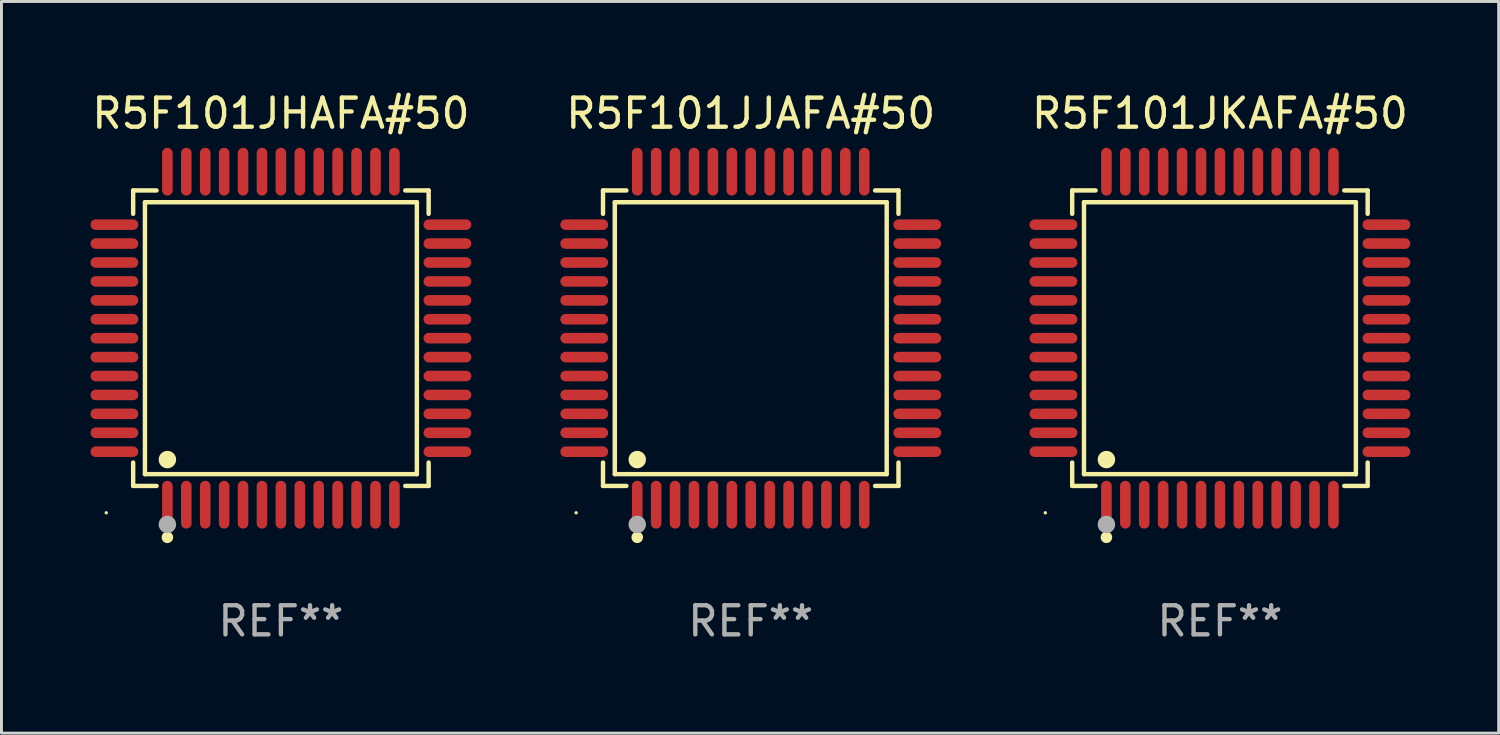
<source format=kicad_pcb>
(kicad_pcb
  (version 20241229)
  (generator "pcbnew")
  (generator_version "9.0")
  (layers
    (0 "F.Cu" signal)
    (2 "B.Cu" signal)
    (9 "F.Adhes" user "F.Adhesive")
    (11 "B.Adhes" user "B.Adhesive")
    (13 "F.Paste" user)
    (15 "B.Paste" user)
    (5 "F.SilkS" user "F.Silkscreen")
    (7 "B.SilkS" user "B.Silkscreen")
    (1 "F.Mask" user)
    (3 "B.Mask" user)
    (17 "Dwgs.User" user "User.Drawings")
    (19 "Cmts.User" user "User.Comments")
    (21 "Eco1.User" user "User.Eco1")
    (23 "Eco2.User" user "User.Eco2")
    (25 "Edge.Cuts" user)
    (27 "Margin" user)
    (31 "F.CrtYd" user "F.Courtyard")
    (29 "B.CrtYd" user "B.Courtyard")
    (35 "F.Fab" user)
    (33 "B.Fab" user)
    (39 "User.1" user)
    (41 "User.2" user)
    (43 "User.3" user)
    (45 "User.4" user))
  (footprint "R5F101JKAFA#50"
    (layer "F.Cu")
    (at 38.864 8.569)
    (property "Reference" "R5F101JKAFA#50" (at 0 -7.721 0) (layer "F.SilkS") (effects (font (size 1 1) (thickness 0.15))))
    (attr through_hole)
    (fp_line (start -5.076 -5.076) (end -4.273 -5.076) (stroke (width 0.152) (type solid)) (layer "F.SilkS"))
    (fp_line (start -5.076 -4.273) (end -5.076 -5.076) (stroke (width 0.152) (type solid)) (layer "F.SilkS"))
    (fp_line (start -5.076 4.273) (end -5.076 5.076) (stroke (width 0.152) (type solid)) (layer "F.SilkS"))
    (fp_line (start -5.076 5.076) (end -4.273 5.076) (stroke (width 0.152) (type solid)) (layer "F.SilkS"))
    (fp_line (start -4.671 -4.671) (end 4.671 -4.671) (stroke (width 0.152) (type solid)) (layer "F.SilkS"))
    (fp_line (start -4.671 4.671) (end -4.671 -4.671) (stroke (width 0.152) (type solid)) (layer "F.SilkS"))
    (fp_line (start 4.671 -4.671) (end 4.671 4.671) (stroke (width 0.152) (type solid)) (layer "F.SilkS"))
    (fp_line (start 4.671 4.671) (end -4.671 4.671) (stroke (width 0.152) (type solid)) (layer "F.SilkS"))
    (fp_line (start 5.076 -5.076) (end 4.273 -5.076) (stroke (width 0.152) (type solid)) (layer "F.SilkS"))
    (fp_line (start 5.076 -4.273) (end 5.076 -5.076) (stroke (width 0.152) (type solid)) (layer "F.SilkS"))
    (fp_line (start 5.076 4.273) (end 5.076 5.076) (stroke (width 0.152) (type solid)) (layer "F.SilkS"))
    (fp_line (start 5.076 5.076) (end 4.273 5.076) (stroke (width 0.152) (type solid)) (layer "F.SilkS"))
    (fp_circle (center -6 6) (end -5.97 6) (stroke (width 0.06) (type solid)) (fill no) (layer "F.SilkS"))
    (fp_circle (center -3.9 4.171) (end -3.75 4.171) (stroke (width 0.3) (type solid)) (fill no) (layer "F.SilkS"))
    (fp_circle (center -3.9 6.842) (end -3.8 6.842) (stroke (width 0.2) (type solid)) (fill no) (layer "F.SilkS"))
    (fp_circle (center -3.9 6.4) (end -3.75 6.4) (stroke (width 0.3) (type solid)) (fill no) (layer "F.Fab"))
    (fp_text user "REF**" (at 0 9.721 0) (layer "F.Fab") (effects (font (size 1 1) (thickness 0.15))))
    (pad "1" smd oval (at -3.9 5.721) (size 0.364 1.642) (layers "F.Cu" "F.Mask" "F.Paste"))
    (pad "2" smd oval (at -3.25 5.721) (size 0.364 1.642) (layers "F.Cu" "F.Mask" "F.Paste"))
    (pad "3" smd oval (at -2.6 5.721) (size 0.364 1.642) (layers "F.Cu" "F.Mask" "F.Paste"))
    (pad "4" smd oval (at -1.95 5.721) (size 0.364 1.642) (layers "F.Cu" "F.Mask" "F.Paste"))
    (pad "5" smd oval (at -1.3 5.721) (size 0.364 1.642) (layers "F.Cu" "F.Mask" "F.Paste"))
    (pad "6" smd oval (at -0.65 5.721) (size 0.364 1.642) (layers "F.Cu" "F.Mask" "F.Paste"))
    (pad "7" smd oval (at 0 5.721) (size 0.364 1.642) (layers "F.Cu" "F.Mask" "F.Paste"))
    (pad "8" smd oval (at 0.65 5.721) (size 0.364 1.642) (layers "F.Cu" "F.Mask" "F.Paste"))
    (pad "9" smd oval (at 1.3 5.721) (size 0.364 1.642) (layers "F.Cu" "F.Mask" "F.Paste"))
    (pad "10" smd oval (at 1.95 5.721) (size 0.364 1.642) (layers "F.Cu" "F.Mask" "F.Paste"))
    (pad "11" smd oval (at 2.6 5.721) (size 0.364 1.642) (layers "F.Cu" "F.Mask" "F.Paste"))
    (pad "12" smd oval (at 3.25 5.721) (size 0.364 1.642) (layers "F.Cu" "F.Mask" "F.Paste"))
    (pad "13" smd oval (at 3.9 5.721) (size 0.364 1.642) (layers "F.Cu" "F.Mask" "F.Paste"))
    (pad "14" smd oval (at 5.721 3.9) (size 1.642 0.364) (layers "F.Cu" "F.Mask" "F.Paste"))
    (pad "15" smd oval (at 5.721 3.25) (size 1.642 0.364) (layers "F.Cu" "F.Mask" "F.Paste"))
    (pad "16" smd oval (at 5.721 2.6) (size 1.642 0.364) (layers "F.Cu" "F.Mask" "F.Paste"))
    (pad "17" smd oval (at 5.721 1.95) (size 1.642 0.364) (layers "F.Cu" "F.Mask" "F.Paste"))
    (pad "18" smd oval (at 5.721 1.3) (size 1.642 0.364) (layers "F.Cu" "F.Mask" "F.Paste"))
    (pad "19" smd oval (at 5.721 0.65) (size 1.642 0.364) (layers "F.Cu" "F.Mask" "F.Paste"))
    (pad "20" smd oval (at 5.721 0) (size 1.642 0.364) (layers "F.Cu" "F.Mask" "F.Paste"))
    (pad "21" smd oval (at 5.721 -0.65) (size 1.642 0.364) (layers "F.Cu" "F.Mask" "F.Paste"))
    (pad "22" smd oval (at 5.721 -1.3) (size 1.642 0.364) (layers "F.Cu" "F.Mask" "F.Paste"))
    (pad "23" smd oval (at 5.721 -1.95) (size 1.642 0.364) (layers "F.Cu" "F.Mask" "F.Paste"))
    (pad "24" smd oval (at 5.721 -2.6) (size 1.642 0.364) (layers "F.Cu" "F.Mask" "F.Paste"))
    (pad "25" smd oval (at 5.721 -3.25) (size 1.642 0.364) (layers "F.Cu" "F.Mask" "F.Paste"))
    (pad "26" smd oval (at 5.721 -3.9) (size 1.642 0.364) (layers "F.Cu" "F.Mask" "F.Paste"))
    (pad "27" smd oval (at 3.9 -5.721) (size 0.364 1.642) (layers "F.Cu" "F.Mask" "F.Paste"))
    (pad "28" smd oval (at 3.25 -5.721) (size 0.364 1.642) (layers "F.Cu" "F.Mask" "F.Paste"))
    (pad "29" smd oval (at 2.6 -5.721) (size 0.364 1.642) (layers "F.Cu" "F.Mask" "F.Paste"))
    (pad "30" smd oval (at 1.95 -5.721) (size 0.364 1.642) (layers "F.Cu" "F.Mask" "F.Paste"))
    (pad "31" smd oval (at 1.3 -5.721) (size 0.364 1.642) (layers "F.Cu" "F.Mask" "F.Paste"))
    (pad "32" smd oval (at 0.65 -5.721) (size 0.364 1.642) (layers "F.Cu" "F.Mask" "F.Paste"))
    (pad "33" smd oval (at 0 -5.721) (size 0.364 1.642) (layers "F.Cu" "F.Mask" "F.Paste"))
    (pad "34" smd oval (at -0.65 -5.721) (size 0.364 1.642) (layers "F.Cu" "F.Mask" "F.Paste"))
    (pad "35" smd oval (at -1.3 -5.721) (size 0.364 1.642) (layers "F.Cu" "F.Mask" "F.Paste"))
    (pad "36" smd oval (at -1.95 -5.721) (size 0.364 1.642) (layers "F.Cu" "F.Mask" "F.Paste"))
    (pad "37" smd oval (at -2.6 -5.721) (size 0.364 1.642) (layers "F.Cu" "F.Mask" "F.Paste"))
    (pad "38" smd oval (at -3.25 -5.721) (size 0.364 1.642) (layers "F.Cu" "F.Mask" "F.Paste"))
    (pad "39" smd oval (at -3.9 -5.721) (size 0.364 1.642) (layers "F.Cu" "F.Mask" "F.Paste"))
    (pad "40" smd oval (at -5.721 -3.9) (size 1.642 0.364) (layers "F.Cu" "F.Mask" "F.Paste"))
    (pad "41" smd oval (at -5.721 -3.25) (size 1.642 0.364) (layers "F.Cu" "F.Mask" "F.Paste"))
    (pad "42" smd oval (at -5.721 -2.6) (size 1.642 0.364) (layers "F.Cu" "F.Mask" "F.Paste"))
    (pad "43" smd oval (at -5.721 -1.95) (size 1.642 0.364) (layers "F.Cu" "F.Mask" "F.Paste"))
    (pad "44" smd oval (at -5.721 -1.3) (size 1.642 0.364) (layers "F.Cu" "F.Mask" "F.Paste"))
    (pad "45" smd oval (at -5.721 -0.65) (size 1.642 0.364) (layers "F.Cu" "F.Mask" "F.Paste"))
    (pad "46" smd oval (at -5.721 0) (size 1.642 0.364) (layers "F.Cu" "F.Mask" "F.Paste"))
    (pad "47" smd oval (at -5.721 0.65) (size 1.642 0.364) (layers "F.Cu" "F.Mask" "F.Paste"))
    (pad "48" smd oval (at -5.721 1.3) (size 1.642 0.364) (layers "F.Cu" "F.Mask" "F.Paste"))
    (pad "49" smd oval (at -5.721 1.95) (size 1.642 0.364) (layers "F.Cu" "F.Mask" "F.Paste"))
    (pad "50" smd oval (at -5.721 2.6) (size 1.642 0.364) (layers "F.Cu" "F.Mask" "F.Paste"))
    (pad "51" smd oval (at -5.721 3.25) (size 1.642 0.364) (layers "F.Cu" "F.Mask" "F.Paste"))
    (pad "52" smd oval (at -5.721 3.9) (size 1.642 0.364) (layers "F.Cu" "F.Mask" "F.Paste")))
  (footprint "R5F101JJAFA#50"
    (layer "F.Cu")
    (at 22.744 8.569)
    (property "Reference" "R5F101JJAFA#50" (at 0 -7.721 0) (layer "F.SilkS") (effects (font (size 1 1) (thickness 0.15))))
    (attr through_hole)
    (fp_line (start -5.076 -5.076) (end -4.273 -5.076) (stroke (width 0.152) (type solid)) (layer "F.SilkS"))
    (fp_line (start -5.076 -4.273) (end -5.076 -5.076) (stroke (width 0.152) (type solid)) (layer "F.SilkS"))
    (fp_line (start -5.076 4.273) (end -5.076 5.076) (stroke (width 0.152) (type solid)) (layer "F.SilkS"))
    (fp_line (start -5.076 5.076) (end -4.273 5.076) (stroke (width 0.152) (type solid)) (layer "F.SilkS"))
    (fp_line (start -4.671 -4.671) (end 4.671 -4.671) (stroke (width 0.152) (type solid)) (layer "F.SilkS"))
    (fp_line (start -4.671 4.671) (end -4.671 -4.671) (stroke (width 0.152) (type solid)) (layer "F.SilkS"))
    (fp_line (start 4.671 -4.671) (end 4.671 4.671) (stroke (width 0.152) (type solid)) (layer "F.SilkS"))
    (fp_line (start 4.671 4.671) (end -4.671 4.671) (stroke (width 0.152) (type solid)) (layer "F.SilkS"))
    (fp_line (start 5.076 -5.076) (end 4.273 -5.076) (stroke (width 0.152) (type solid)) (layer "F.SilkS"))
    (fp_line (start 5.076 -4.273) (end 5.076 -5.076) (stroke (width 0.152) (type solid)) (layer "F.SilkS"))
    (fp_line (start 5.076 4.273) (end 5.076 5.076) (stroke (width 0.152) (type solid)) (layer "F.SilkS"))
    (fp_line (start 5.076 5.076) (end 4.273 5.076) (stroke (width 0.152) (type solid)) (layer "F.SilkS"))
    (fp_circle (center -6 6) (end -5.97 6) (stroke (width 0.06) (type solid)) (fill no) (layer "F.SilkS"))
    (fp_circle (center -3.9 4.171) (end -3.75 4.171) (stroke (width 0.3) (type solid)) (fill no) (layer "F.SilkS"))
    (fp_circle (center -3.9 6.842) (end -3.8 6.842) (stroke (width 0.2) (type solid)) (fill no) (layer "F.SilkS"))
    (fp_circle (center -3.9 6.4) (end -3.75 6.4) (stroke (width 0.3) (type solid)) (fill no) (layer "F.Fab"))
    (fp_text user "REF**" (at 0 9.721 0) (layer "F.Fab") (effects (font (size 1 1) (thickness 0.15))))
    (pad "1" smd oval (at -3.9 5.721) (size 0.364 1.642) (layers "F.Cu" "F.Mask" "F.Paste"))
    (pad "2" smd oval (at -3.25 5.721) (size 0.364 1.642) (layers "F.Cu" "F.Mask" "F.Paste"))
    (pad "3" smd oval (at -2.6 5.721) (size 0.364 1.642) (layers "F.Cu" "F.Mask" "F.Paste"))
    (pad "4" smd oval (at -1.95 5.721) (size 0.364 1.642) (layers "F.Cu" "F.Mask" "F.Paste"))
    (pad "5" smd oval (at -1.3 5.721) (size 0.364 1.642) (layers "F.Cu" "F.Mask" "F.Paste"))
    (pad "6" smd oval (at -0.65 5.721) (size 0.364 1.642) (layers "F.Cu" "F.Mask" "F.Paste"))
    (pad "7" smd oval (at 0 5.721) (size 0.364 1.642) (layers "F.Cu" "F.Mask" "F.Paste"))
    (pad "8" smd oval (at 0.65 5.721) (size 0.364 1.642) (layers "F.Cu" "F.Mask" "F.Paste"))
    (pad "9" smd oval (at 1.3 5.721) (size 0.364 1.642) (layers "F.Cu" "F.Mask" "F.Paste"))
    (pad "10" smd oval (at 1.95 5.721) (size 0.364 1.642) (layers "F.Cu" "F.Mask" "F.Paste"))
    (pad "11" smd oval (at 2.6 5.721) (size 0.364 1.642) (layers "F.Cu" "F.Mask" "F.Paste"))
    (pad "12" smd oval (at 3.25 5.721) (size 0.364 1.642) (layers "F.Cu" "F.Mask" "F.Paste"))
    (pad "13" smd oval (at 3.9 5.721) (size 0.364 1.642) (layers "F.Cu" "F.Mask" "F.Paste"))
    (pad "14" smd oval (at 5.721 3.9) (size 1.642 0.364) (layers "F.Cu" "F.Mask" "F.Paste"))
    (pad "15" smd oval (at 5.721 3.25) (size 1.642 0.364) (layers "F.Cu" "F.Mask" "F.Paste"))
    (pad "16" smd oval (at 5.721 2.6) (size 1.642 0.364) (layers "F.Cu" "F.Mask" "F.Paste"))
    (pad "17" smd oval (at 5.721 1.95) (size 1.642 0.364) (layers "F.Cu" "F.Mask" "F.Paste"))
    (pad "18" smd oval (at 5.721 1.3) (size 1.642 0.364) (layers "F.Cu" "F.Mask" "F.Paste"))
    (pad "19" smd oval (at 5.721 0.65) (size 1.642 0.364) (layers "F.Cu" "F.Mask" "F.Paste"))
    (pad "20" smd oval (at 5.721 0) (size 1.642 0.364) (layers "F.Cu" "F.Mask" "F.Paste"))
    (pad "21" smd oval (at 5.721 -0.65) (size 1.642 0.364) (layers "F.Cu" "F.Mask" "F.Paste"))
    (pad "22" smd oval (at 5.721 -1.3) (size 1.642 0.364) (layers "F.Cu" "F.Mask" "F.Paste"))
    (pad "23" smd oval (at 5.721 -1.95) (size 1.642 0.364) (layers "F.Cu" "F.Mask" "F.Paste"))
    (pad "24" smd oval (at 5.721 -2.6) (size 1.642 0.364) (layers "F.Cu" "F.Mask" "F.Paste"))
    (pad "25" smd oval (at 5.721 -3.25) (size 1.642 0.364) (layers "F.Cu" "F.Mask" "F.Paste"))
    (pad "26" smd oval (at 5.721 -3.9) (size 1.642 0.364) (layers "F.Cu" "F.Mask" "F.Paste"))
    (pad "27" smd oval (at 3.9 -5.721) (size 0.364 1.642) (layers "F.Cu" "F.Mask" "F.Paste"))
    (pad "28" smd oval (at 3.25 -5.721) (size 0.364 1.642) (layers "F.Cu" "F.Mask" "F.Paste"))
    (pad "29" smd oval (at 2.6 -5.721) (size 0.364 1.642) (layers "F.Cu" "F.Mask" "F.Paste"))
    (pad "30" smd oval (at 1.95 -5.721) (size 0.364 1.642) (layers "F.Cu" "F.Mask" "F.Paste"))
    (pad "31" smd oval (at 1.3 -5.721) (size 0.364 1.642) (layers "F.Cu" "F.Mask" "F.Paste"))
    (pad "32" smd oval (at 0.65 -5.721) (size 0.364 1.642) (layers "F.Cu" "F.Mask" "F.Paste"))
    (pad "33" smd oval (at 0 -5.721) (size 0.364 1.642) (layers "F.Cu" "F.Mask" "F.Paste"))
    (pad "34" smd oval (at -0.65 -5.721) (size 0.364 1.642) (layers "F.Cu" "F.Mask" "F.Paste"))
    (pad "35" smd oval (at -1.3 -5.721) (size 0.364 1.642) (layers "F.Cu" "F.Mask" "F.Paste"))
    (pad "36" smd oval (at -1.95 -5.721) (size 0.364 1.642) (layers "F.Cu" "F.Mask" "F.Paste"))
    (pad "37" smd oval (at -2.6 -5.721) (size 0.364 1.642) (layers "F.Cu" "F.Mask" "F.Paste"))
    (pad "38" smd oval (at -3.25 -5.721) (size 0.364 1.642) (layers "F.Cu" "F.Mask" "F.Paste"))
    (pad "39" smd oval (at -3.9 -5.721) (size 0.364 1.642) (layers "F.Cu" "F.Mask" "F.Paste"))
    (pad "40" smd oval (at -5.721 -3.9) (size 1.642 0.364) (layers "F.Cu" "F.Mask" "F.Paste"))
    (pad "41" smd oval (at -5.721 -3.25) (size 1.642 0.364) (layers "F.Cu" "F.Mask" "F.Paste"))
    (pad "42" smd oval (at -5.721 -2.6) (size 1.642 0.364) (layers "F.Cu" "F.Mask" "F.Paste"))
    (pad "43" smd oval (at -5.721 -1.95) (size 1.642 0.364) (layers "F.Cu" "F.Mask" "F.Paste"))
    (pad "44" smd oval (at -5.721 -1.3) (size 1.642 0.364) (layers "F.Cu" "F.Mask" "F.Paste"))
    (pad "45" smd oval (at -5.721 -0.65) (size 1.642 0.364) (layers "F.Cu" "F.Mask" "F.Paste"))
    (pad "46" smd oval (at -5.721 0) (size 1.642 0.364) (layers "F.Cu" "F.Mask" "F.Paste"))
    (pad "47" smd oval (at -5.721 0.65) (size 1.642 0.364) (layers "F.Cu" "F.Mask" "F.Paste"))
    (pad "48" smd oval (at -5.721 1.3) (size 1.642 0.364) (layers "F.Cu" "F.Mask" "F.Paste"))
    (pad "49" smd oval (at -5.721 1.95) (size 1.642 0.364) (layers "F.Cu" "F.Mask" "F.Paste"))
    (pad "50" smd oval (at -5.721 2.6) (size 1.642 0.364) (layers "F.Cu" "F.Mask" "F.Paste"))
    (pad "51" smd oval (at -5.721 3.25) (size 1.642 0.364) (layers "F.Cu" "F.Mask" "F.Paste"))
    (pad "52" smd oval (at -5.721 3.9) (size 1.642 0.364) (layers "F.Cu" "F.Mask" "F.Paste")))
  (footprint "R5F101JHAFA#50"
    (layer "F.Cu")
    (at 6.601 8.569)
    (property "Reference" "R5F101JHAFA#50" (at 0 -7.721 0) (layer "F.SilkS") (effects (font (size 1 1) (thickness 0.15))))
    (attr through_hole)
    (fp_line (start -5.076 -5.076) (end -4.273 -5.076) (stroke (width 0.152) (type solid)) (layer "F.SilkS"))
    (fp_line (start -5.076 -4.273) (end -5.076 -5.076) (stroke (width 0.152) (type solid)) (layer "F.SilkS"))
    (fp_line (start -5.076 4.273) (end -5.076 5.076) (stroke (width 0.152) (type solid)) (layer "F.SilkS"))
    (fp_line (start -5.076 5.076) (end -4.273 5.076) (stroke (width 0.152) (type solid)) (layer "F.SilkS"))
    (fp_line (start -4.671 -4.671) (end 4.671 -4.671) (stroke (width 0.152) (type solid)) (layer "F.SilkS"))
    (fp_line (start -4.671 4.671) (end -4.671 -4.671) (stroke (width 0.152) (type solid)) (layer "F.SilkS"))
    (fp_line (start 4.671 -4.671) (end 4.671 4.671) (stroke (width 0.152) (type solid)) (layer "F.SilkS"))
    (fp_line (start 4.671 4.671) (end -4.671 4.671) (stroke (width 0.152) (type solid)) (layer "F.SilkS"))
    (fp_line (start 5.076 -5.076) (end 4.273 -5.076) (stroke (width 0.152) (type solid)) (layer "F.SilkS"))
    (fp_line (start 5.076 -4.273) (end 5.076 -5.076) (stroke (width 0.152) (type solid)) (layer "F.SilkS"))
    (fp_line (start 5.076 4.273) (end 5.076 5.076) (stroke (width 0.152) (type solid)) (layer "F.SilkS"))
    (fp_line (start 5.076 5.076) (end 4.273 5.076) (stroke (width 0.152) (type solid)) (layer "F.SilkS"))
    (fp_circle (center -6 6) (end -5.97 6) (stroke (width 0.06) (type solid)) (fill no) (layer "F.SilkS"))
    (fp_circle (center -3.9 4.171) (end -3.75 4.171) (stroke (width 0.3) (type solid)) (fill no) (layer "F.SilkS"))
    (fp_circle (center -3.9 6.842) (end -3.8 6.842) (stroke (width 0.2) (type solid)) (fill no) (layer "F.SilkS"))
    (fp_circle (center -3.9 6.4) (end -3.75 6.4) (stroke (width 0.3) (type solid)) (fill no) (layer "F.Fab"))
    (fp_text user "REF**" (at 0 9.721 0) (layer "F.Fab") (effects (font (size 1 1) (thickness 0.15))))
    (pad "1" smd oval (at -3.9 5.721) (size 0.364 1.642) (layers "F.Cu" "F.Mask" "F.Paste"))
    (pad "2" smd oval (at -3.25 5.721) (size 0.364 1.642) (layers "F.Cu" "F.Mask" "F.Paste"))
    (pad "3" smd oval (at -2.6 5.721) (size 0.364 1.642) (layers "F.Cu" "F.Mask" "F.Paste"))
    (pad "4" smd oval (at -1.95 5.721) (size 0.364 1.642) (layers "F.Cu" "F.Mask" "F.Paste"))
    (pad "5" smd oval (at -1.3 5.721) (size 0.364 1.642) (layers "F.Cu" "F.Mask" "F.Paste"))
    (pad "6" smd oval (at -0.65 5.721) (size 0.364 1.642) (layers "F.Cu" "F.Mask" "F.Paste"))
    (pad "7" smd oval (at 0 5.721) (size 0.364 1.642) (layers "F.Cu" "F.Mask" "F.Paste"))
    (pad "8" smd oval (at 0.65 5.721) (size 0.364 1.642) (layers "F.Cu" "F.Mask" "F.Paste"))
    (pad "9" smd oval (at 1.3 5.721) (size 0.364 1.642) (layers "F.Cu" "F.Mask" "F.Paste"))
    (pad "10" smd oval (at 1.95 5.721) (size 0.364 1.642) (layers "F.Cu" "F.Mask" "F.Paste"))
    (pad "11" smd oval (at 2.6 5.721) (size 0.364 1.642) (layers "F.Cu" "F.Mask" "F.Paste"))
    (pad "12" smd oval (at 3.25 5.721) (size 0.364 1.642) (layers "F.Cu" "F.Mask" "F.Paste"))
    (pad "13" smd oval (at 3.9 5.721) (size 0.364 1.642) (layers "F.Cu" "F.Mask" "F.Paste"))
    (pad "14" smd oval (at 5.721 3.9) (size 1.642 0.364) (layers "F.Cu" "F.Mask" "F.Paste"))
    (pad "15" smd oval (at 5.721 3.25) (size 1.642 0.364) (layers "F.Cu" "F.Mask" "F.Paste"))
    (pad "16" smd oval (at 5.721 2.6) (size 1.642 0.364) (layers "F.Cu" "F.Mask" "F.Paste"))
    (pad "17" smd oval (at 5.721 1.95) (size 1.642 0.364) (layers "F.Cu" "F.Mask" "F.Paste"))
    (pad "18" smd oval (at 5.721 1.3) (size 1.642 0.364) (layers "F.Cu" "F.Mask" "F.Paste"))
    (pad "19" smd oval (at 5.721 0.65) (size 1.642 0.364) (layers "F.Cu" "F.Mask" "F.Paste"))
    (pad "20" smd oval (at 5.721 0) (size 1.642 0.364) (layers "F.Cu" "F.Mask" "F.Paste"))
    (pad "21" smd oval (at 5.721 -0.65) (size 1.642 0.364) (layers "F.Cu" "F.Mask" "F.Paste"))
    (pad "22" smd oval (at 5.721 -1.3) (size 1.642 0.364) (layers "F.Cu" "F.Mask" "F.Paste"))
    (pad "23" smd oval (at 5.721 -1.95) (size 1.642 0.364) (layers "F.Cu" "F.Mask" "F.Paste"))
    (pad "24" smd oval (at 5.721 -2.6) (size 1.642 0.364) (layers "F.Cu" "F.Mask" "F.Paste"))
    (pad "25" smd oval (at 5.721 -3.25) (size 1.642 0.364) (layers "F.Cu" "F.Mask" "F.Paste"))
    (pad "26" smd oval (at 5.721 -3.9) (size 1.642 0.364) (layers "F.Cu" "F.Mask" "F.Paste"))
    (pad "27" smd oval (at 3.9 -5.721) (size 0.364 1.642) (layers "F.Cu" "F.Mask" "F.Paste"))
    (pad "28" smd oval (at 3.25 -5.721) (size 0.364 1.642) (layers "F.Cu" "F.Mask" "F.Paste"))
    (pad "29" smd oval (at 2.6 -5.721) (size 0.364 1.642) (layers "F.Cu" "F.Mask" "F.Paste"))
    (pad "30" smd oval (at 1.95 -5.721) (size 0.364 1.642) (layers "F.Cu" "F.Mask" "F.Paste"))
    (pad "31" smd oval (at 1.3 -5.721) (size 0.364 1.642) (layers "F.Cu" "F.Mask" "F.Paste"))
    (pad "32" smd oval (at 0.65 -5.721) (size 0.364 1.642) (layers "F.Cu" "F.Mask" "F.Paste"))
    (pad "33" smd oval (at 0 -5.721) (size 0.364 1.642) (layers "F.Cu" "F.Mask" "F.Paste"))
    (pad "34" smd oval (at -0.65 -5.721) (size 0.364 1.642) (layers "F.Cu" "F.Mask" "F.Paste"))
    (pad "35" smd oval (at -1.3 -5.721) (size 0.364 1.642) (layers "F.Cu" "F.Mask" "F.Paste"))
    (pad "36" smd oval (at -1.95 -5.721) (size 0.364 1.642) (layers "F.Cu" "F.Mask" "F.Paste"))
    (pad "37" smd oval (at -2.6 -5.721) (size 0.364 1.642) (layers "F.Cu" "F.Mask" "F.Paste"))
    (pad "38" smd oval (at -3.25 -5.721) (size 0.364 1.642) (layers "F.Cu" "F.Mask" "F.Paste"))
    (pad "39" smd oval (at -3.9 -5.721) (size 0.364 1.642) (layers "F.Cu" "F.Mask" "F.Paste"))
    (pad "40" smd oval (at -5.721 -3.9) (size 1.642 0.364) (layers "F.Cu" "F.Mask" "F.Paste"))
    (pad "41" smd oval (at -5.721 -3.25) (size 1.642 0.364) (layers "F.Cu" "F.Mask" "F.Paste"))
    (pad "42" smd oval (at -5.721 -2.6) (size 1.642 0.364) (layers "F.Cu" "F.Mask" "F.Paste"))
    (pad "43" smd oval (at -5.721 -1.95) (size 1.642 0.364) (layers "F.Cu" "F.Mask" "F.Paste"))
    (pad "44" smd oval (at -5.721 -1.3) (size 1.642 0.364) (layers "F.Cu" "F.Mask" "F.Paste"))
    (pad "45" smd oval (at -5.721 -0.65) (size 1.642 0.364) (layers "F.Cu" "F.Mask" "F.Paste"))
    (pad "46" smd oval (at -5.721 0) (size 1.642 0.364) (layers "F.Cu" "F.Mask" "F.Paste"))
    (pad "47" smd oval (at -5.721 0.65) (size 1.642 0.364) (layers "F.Cu" "F.Mask" "F.Paste"))
    (pad "48" smd oval (at -5.721 1.3) (size 1.642 0.364) (layers "F.Cu" "F.Mask" "F.Paste"))
    (pad "49" smd oval (at -5.721 1.95) (size 1.642 0.364) (layers "F.Cu" "F.Mask" "F.Paste"))
    (pad "50" smd oval (at -5.721 2.6) (size 1.642 0.364) (layers "F.Cu" "F.Mask" "F.Paste"))
    (pad "51" smd oval (at -5.721 3.25) (size 1.642 0.364) (layers "F.Cu" "F.Mask" "F.Paste"))
    (pad "52" smd oval (at -5.721 3.9) (size 1.642 0.364) (layers "F.Cu" "F.Mask" "F.Paste")))
  (gr_rect
    (start -3 -3)
    (end 48.441 22.139)
    (stroke (width 0.1) (type default))
    (fill no)
    (layer "Edge.Cuts")))
</source>
